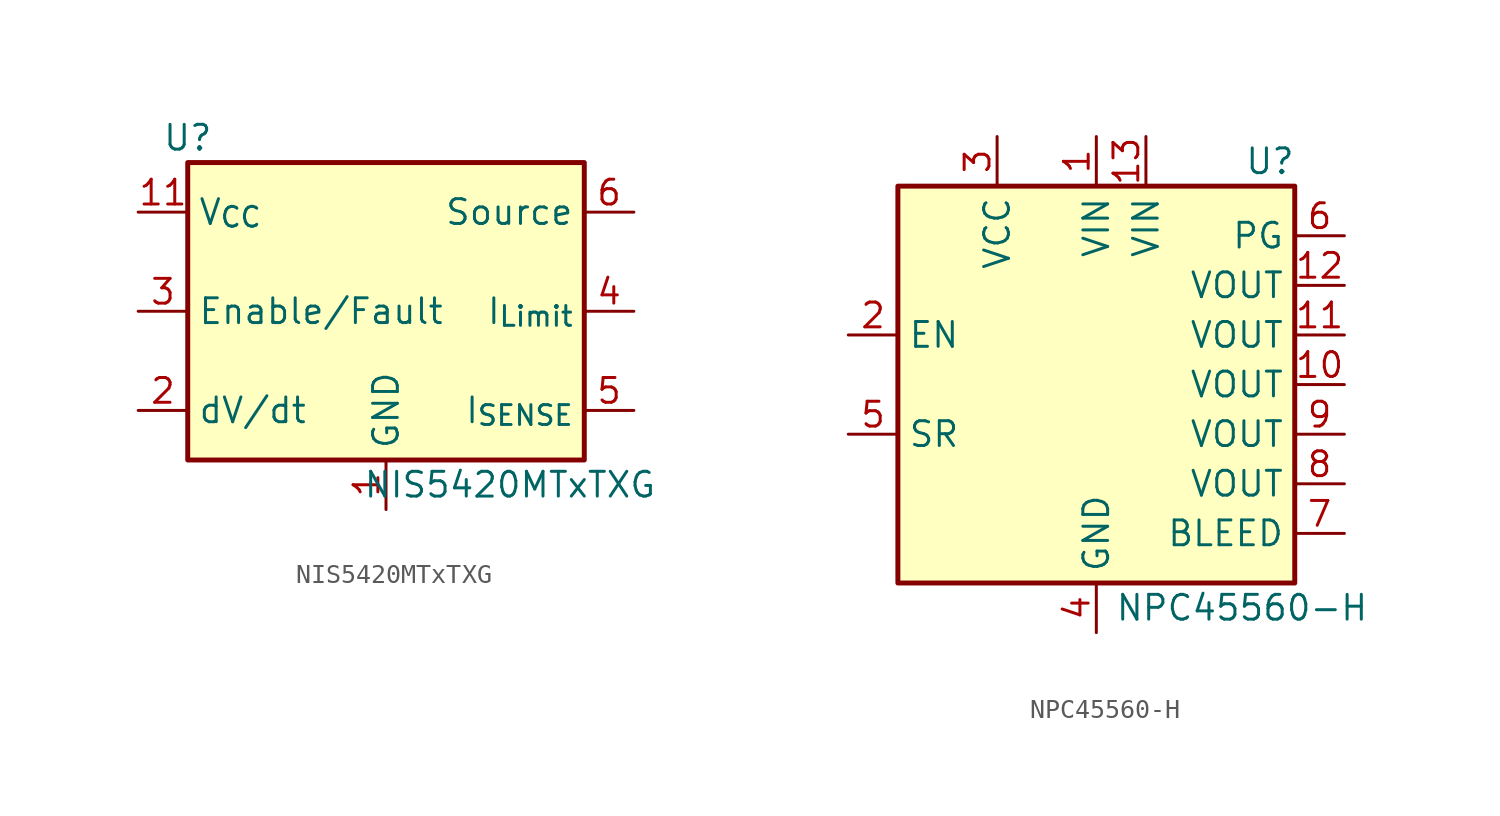
<source format=kicad_sym>
(kicad_symbol_lib
  (version 20231120)
  (generator "kicad_symbol_editor")
  (generator_version "8.0")
  (symbol "NIS5420MTxTXG"
    (property "Reference" "U"
      (at -10.16 8.89 0)
      (effects (font (size 1.27 1.27))))
    (property "Value" "NIS5420MTxTXG"
      (at 6.35 -8.89 0)
      (effects (font (size 1.27 1.27))))
    (symbol "NIS5420MTxTXG_0_1"
      (rectangle (start -10.16 7.62) (end 10.16 -7.62) (stroke (width 0.254) (type default)) (fill (type background))))
    (symbol "NIS5420MTxTXG_1_1"
      (pin power_in line (at 0 -10.16 90) (length 2.54) (name "GND" (effects (font (size 1.27 1.27)))) (number "1" (effects (font (size 1.27 1.27)))))
      (pin passive line (at 12.7 5.08 180) (length 2.54) hide (name "Source" (effects (font (size 1.27 1.27)))) (number "10" (effects (font (size 1.27 1.27)))))
      (pin power_in line (at -12.7 5.08 0) (length 2.54) (name "V_{CC}" (effects (font (size 1.27 1.27)))) (number "11" (effects (font (size 1.27 1.27)))))
      (pin passive line (at -12.7 -5.08 0) (length 2.54) (name "dV/dt" (effects (font (size 1.27 1.27)))) (number "2" (effects (font (size 1.27 1.27)))))
      (pin tri_state line (at -12.7 0 0) (length 2.54) (name "Enable/Fault" (effects (font (size 1.27 1.27)))) (number "3" (effects (font (size 1.27 1.27)))))
      (pin passive line (at 12.7 0 180) (length 2.54) (name "I_{Limit}" (effects (font (size 1.27 1.27)))) (number "4" (effects (font (size 1.27 1.27)))))
      (pin passive line (at 12.7 -5.08 180) (length 2.54) (name "I_{SENSE}" (effects (font (size 1.27 1.27)))) (number "5" (effects (font (size 1.27 1.27)))))
      (pin power_out line (at 12.7 5.08 180) (length 2.54) (name "Source" (effects (font (size 1.27 1.27)))) (number "6" (effects (font (size 1.27 1.27)))))
      (pin passive line (at 12.7 5.08 180) (length 2.54) hide (name "Source" (effects (font (size 1.27 1.27)))) (number "7" (effects (font (size 1.27 1.27)))))
      (pin passive line (at 12.7 5.08 180) (length 2.54) hide (name "Source" (effects (font (size 1.27 1.27)))) (number "8" (effects (font (size 1.27 1.27)))))
      (pin passive line (at 12.7 5.08 180) (length 2.54) hide (name "Source" (effects (font (size 1.27 1.27)))) (number "9" (effects (font (size 1.27 1.27)))))))
  (symbol "NPC45560-H"
    (property "Reference" "U"
      (at 8.89 11.43 0)
      (effects (font (size 1.27 1.27))))
    (property "Value" "NPC45560-H"
      (at 13.97 -11.43 0)
      (effects (font (size 1.27 1.27)) (justify right)))
    (symbol "NPC45560-H_0_1"
      (rectangle (start -10.16 10.16) (end 10.16 -10.16) (stroke (width 0.254) (type default)) (fill (type background))))
    (symbol "NPC45560-H_1_1"
      (pin power_in line (at 0 12.7 270) (length 2.54) (name "VIN" (effects (font (size 1.27 1.27)))) (number "1" (effects (font (size 1.27 1.27)))))
      (pin passive line (at 12.7 0 180) (length 2.54) (name "VOUT" (effects (font (size 1.27 1.27)))) (number "10" (effects (font (size 1.27 1.27)))))
      (pin passive line (at 12.7 2.54 180) (length 2.54) (name "VOUT" (effects (font (size 1.27 1.27)))) (number "11" (effects (font (size 1.27 1.27)))))
      (pin power_out line (at 12.7 5.08 180) (length 2.54) (name "VOUT" (effects (font (size 1.27 1.27)))) (number "12" (effects (font (size 1.27 1.27)))))
      (pin power_in line (at 2.54 12.7 270) (length 2.54) (name "VIN" (effects (font (size 1.27 1.27)))) (number "13" (effects (font (size 1.27 1.27)))))
      (pin input line (at -12.7 2.54 0) (length 2.54) (name "EN" (effects (font (size 1.27 1.27)))) (number "2" (effects (font (size 1.27 1.27)))))
      (pin power_in line (at -5.08 12.7 270) (length 2.54) (name "VCC" (effects (font (size 1.27 1.27)))) (number "3" (effects (font (size 1.27 1.27)))))
      (pin power_in line (at 0 -12.7 90) (length 2.54) (name "GND" (effects (font (size 1.27 1.27)))) (number "4" (effects (font (size 1.27 1.27)))))
      (pin input line (at -12.7 -2.54 0) (length 2.54) (name "SR" (effects (font (size 1.27 1.27)))) (number "5" (effects (font (size 1.27 1.27)))))
      (pin open_collector line (at 12.7 7.62 180) (length 2.54) (name "PG" (effects (font (size 1.27 1.27)))) (number "6" (effects (font (size 1.27 1.27)))))
      (pin input line (at 12.7 -7.62 180) (length 2.54) (name "BLEED" (effects (font (size 1.27 1.27)))) (number "7" (effects (font (size 1.27 1.27)))))
      (pin passive line (at 12.7 -5.08 180) (length 2.54) (name "VOUT" (effects (font (size 1.27 1.27)))) (number "8" (effects (font (size 1.27 1.27)))))
      (pin passive line (at 12.7 -2.54 180) (length 2.54) (name "VOUT" (effects (font (size 1.27 1.27)))) (number "9" (effects (font (size 1.27 1.27))))))))
</source>
